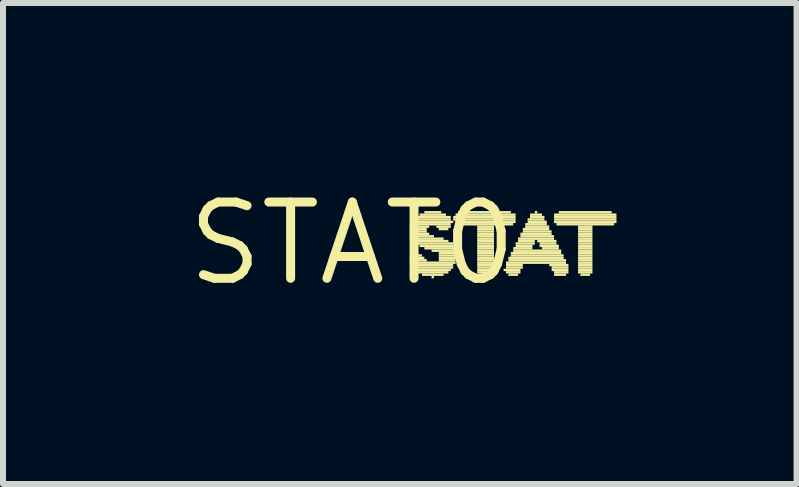
<source format=kicad_pcb>
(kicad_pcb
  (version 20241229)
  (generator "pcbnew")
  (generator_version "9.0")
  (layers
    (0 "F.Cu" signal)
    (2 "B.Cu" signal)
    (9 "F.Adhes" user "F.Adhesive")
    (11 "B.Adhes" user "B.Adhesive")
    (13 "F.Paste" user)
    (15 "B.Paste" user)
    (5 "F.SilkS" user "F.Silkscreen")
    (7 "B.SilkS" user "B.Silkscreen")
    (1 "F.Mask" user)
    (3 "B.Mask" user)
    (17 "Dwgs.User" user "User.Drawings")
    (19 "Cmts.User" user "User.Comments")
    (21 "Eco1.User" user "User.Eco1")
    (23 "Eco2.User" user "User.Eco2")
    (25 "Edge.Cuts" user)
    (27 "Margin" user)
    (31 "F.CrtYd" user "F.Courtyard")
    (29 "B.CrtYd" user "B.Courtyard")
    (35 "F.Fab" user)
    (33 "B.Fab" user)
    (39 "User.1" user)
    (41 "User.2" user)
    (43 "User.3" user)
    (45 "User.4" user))
  (footprint "STAT0"
    (layer "F.Cu")
    (at 2.819 1.006)
    (property "Reference" "STAT0" (at 0 0 0) (layer "F.SilkS") (effects (font (size 1.27 1.27) (thickness 0.15))))
    (attr through_hole)
    (fp_poly (pts (xy 0.96 -0.26) (xy 1.28 -0.26) (xy 1.28 -0.3) (xy 0.96 -0.3)) (stroke (width 0) (type solid)) (fill yes) (layer "F.SilkS"))
    (fp_poly (pts (xy 0.96 -0.22) (xy 1.24 -0.22) (xy 1.24 -0.26) (xy 0.96 -0.26)) (stroke (width 0) (type solid)) (fill yes) (layer "F.SilkS"))
    (fp_poly (pts (xy 0.96 -0.18) (xy 1.24 -0.18) (xy 1.24 -0.22) (xy 0.96 -0.22)) (stroke (width 0) (type solid)) (fill yes) (layer "F.SilkS"))
    (fp_poly (pts (xy 0.96 -0.14) (xy 1.28 -0.14) (xy 1.28 -0.18) (xy 0.96 -0.18)) (stroke (width 0) (type solid)) (fill yes) (layer "F.SilkS"))
    (fp_poly (pts (xy 0.96 -0.1) (xy 1.36 -0.1) (xy 1.36 -0.14) (xy 0.96 -0.14)) (stroke (width 0) (type solid)) (fill yes) (layer "F.SilkS"))
    (fp_poly (pts (xy 0.96 0.3) (xy 1.24 0.3) (xy 1.24 0.26) (xy 0.96 0.26)) (stroke (width 0) (type solid)) (fill yes) (layer "F.SilkS"))
    (fp_poly (pts (xy 0.96 0.34) (xy 1.72 0.34) (xy 1.72 0.3) (xy 0.96 0.3)) (stroke (width 0) (type solid)) (fill yes) (layer "F.SilkS"))
    (fp_poly (pts (xy 0.96 0.38) (xy 1.68 0.38) (xy 1.68 0.34) (xy 0.96 0.34)) (stroke (width 0) (type solid)) (fill yes) (layer "F.SilkS"))
    (fp_poly (pts (xy 1 -0.34) (xy 1.68 -0.34) (xy 1.68 -0.38) (xy 1 -0.38)) (stroke (width 0) (type solid)) (fill yes) (layer "F.SilkS"))
    (fp_poly (pts (xy 1 -0.3) (xy 1.64 -0.3) (xy 1.64 -0.34) (xy 1 -0.34)) (stroke (width 0) (type solid)) (fill yes) (layer "F.SilkS"))
    (fp_poly (pts (xy 1 -0.06) (xy 1.52 -0.06) (xy 1.52 -0.1) (xy 1 -0.1)) (stroke (width 0) (type solid)) (fill yes) (layer "F.SilkS"))
    (fp_poly (pts (xy 1 -0.02) (xy 1.6 -0.02) (xy 1.6 -0.06) (xy 1 -0.06)) (stroke (width 0) (type solid)) (fill yes) (layer "F.SilkS"))
    (fp_poly (pts (xy 1 0.26) (xy 1.2 0.26) (xy 1.2 0.22) (xy 1 0.22)) (stroke (width 0) (type solid)) (fill yes) (layer "F.SilkS"))
    (fp_poly (pts (xy 1 0.42) (xy 1.68 0.42) (xy 1.68 0.38) (xy 1 0.38)) (stroke (width 0) (type solid)) (fill yes) (layer "F.SilkS"))
    (fp_poly (pts (xy 1.04 -0.38) (xy 1.64 -0.38) (xy 1.64 -0.42) (xy 1.04 -0.42)) (stroke (width 0) (type solid)) (fill yes) (layer "F.SilkS"))
    (fp_poly (pts (xy 1.04 0.02) (xy 1.68 0.02) (xy 1.68 -0.02) (xy 1.04 -0.02)) (stroke (width 0) (type solid)) (fill yes) (layer "F.SilkS"))
    (fp_poly (pts (xy 1.04 0.22) (xy 1.16 0.22) (xy 1.16 0.18) (xy 1.04 0.18)) (stroke (width 0) (type solid)) (fill yes) (layer "F.SilkS"))
    (fp_poly (pts (xy 1.04 0.46) (xy 1.64 0.46) (xy 1.64 0.42) (xy 1.04 0.42)) (stroke (width 0) (type solid)) (fill yes) (layer "F.SilkS"))
    (fp_poly (pts (xy 1.08 -0.42) (xy 1.64 -0.42) (xy 1.64 -0.46) (xy 1.08 -0.46)) (stroke (width 0) (type solid)) (fill yes) (layer "F.SilkS"))
    (fp_poly (pts (xy 1.08 0.5) (xy 1.6 0.5) (xy 1.6 0.46) (xy 1.08 0.46)) (stroke (width 0) (type solid)) (fill yes) (layer "F.SilkS"))
    (fp_poly (pts (xy 1.12 -0.46) (xy 1.56 -0.46) (xy 1.56 -0.5) (xy 1.12 -0.5)) (stroke (width 0) (type solid)) (fill yes) (layer "F.SilkS"))
    (fp_poly (pts (xy 1.12 0.06) (xy 1.68 0.06) (xy 1.68 0.02) (xy 1.12 0.02)) (stroke (width 0) (type solid)) (fill yes) (layer "F.SilkS"))
    (fp_poly (pts (xy 1.16 0.54) (xy 1.52 0.54) (xy 1.52 0.5) (xy 1.16 0.5)) (stroke (width 0) (type solid)) (fill yes) (layer "F.SilkS"))
    (fp_poly (pts (xy 1.2 -0.5) (xy 1.48 -0.5) (xy 1.48 -0.54) (xy 1.2 -0.54)) (stroke (width 0) (type solid)) (fill yes) (layer "F.SilkS"))
    (fp_poly (pts (xy 1.2 0.1) (xy 1.72 0.1) (xy 1.72 0.06) (xy 1.2 0.06)) (stroke (width 0) (type solid)) (fill yes) (layer "F.SilkS"))
    (fp_poly (pts (xy 1.32 0.14) (xy 1.72 0.14) (xy 1.72 0.1) (xy 1.32 0.1)) (stroke (width 0) (type solid)) (fill yes) (layer "F.SilkS"))
    (fp_poly (pts (xy 1.32 0.58) (xy 1.36 0.58) (xy 1.36 0.54) (xy 1.32 0.54)) (stroke (width 0) (type solid)) (fill yes) (layer "F.SilkS"))
    (fp_poly (pts (xy 1.4 -0.26) (xy 1.64 -0.26) (xy 1.64 -0.3) (xy 1.4 -0.3)) (stroke (width 0) (type solid)) (fill yes) (layer "F.SilkS"))
    (fp_poly (pts (xy 1.44 -0.22) (xy 1.6 -0.22) (xy 1.6 -0.26) (xy 1.44 -0.26)) (stroke (width 0) (type solid)) (fill yes) (layer "F.SilkS"))
    (fp_poly (pts (xy 1.44 0.18) (xy 1.72 0.18) (xy 1.72 0.14) (xy 1.44 0.14)) (stroke (width 0) (type solid)) (fill yes) (layer "F.SilkS"))
    (fp_poly (pts (xy 1.44 0.22) (xy 1.72 0.22) (xy 1.72 0.18) (xy 1.44 0.18)) (stroke (width 0) (type solid)) (fill yes) (layer "F.SilkS"))
    (fp_poly (pts (xy 1.44 0.26) (xy 1.72 0.26) (xy 1.72 0.22) (xy 1.44 0.22)) (stroke (width 0) (type solid)) (fill yes) (layer "F.SilkS"))
    (fp_poly (pts (xy 1.44 0.3) (xy 1.72 0.3) (xy 1.72 0.26) (xy 1.44 0.26)) (stroke (width 0) (type solid)) (fill yes) (layer "F.SilkS"))
    (fp_poly (pts (xy 1.68 -0.42) (xy 2.72 -0.42) (xy 2.72 -0.46) (xy 1.68 -0.46)) (stroke (width 0) (type solid)) (fill yes) (layer "F.SilkS"))
    (fp_poly (pts (xy 1.68 -0.38) (xy 2.72 -0.38) (xy 2.72 -0.42) (xy 1.68 -0.42)) (stroke (width 0) (type solid)) (fill yes) (layer "F.SilkS"))
    (fp_poly (pts (xy 1.72 -0.46) (xy 2.72 -0.46) (xy 2.72 -0.5) (xy 1.72 -0.5)) (stroke (width 0) (type solid)) (fill yes) (layer "F.SilkS"))
    (fp_poly (pts (xy 1.72 -0.34) (xy 2.72 -0.34) (xy 2.72 -0.38) (xy 1.72 -0.38)) (stroke (width 0) (type solid)) (fill yes) (layer "F.SilkS"))
    (fp_poly (pts (xy 1.72 -0.3) (xy 2.68 -0.3) (xy 2.68 -0.34) (xy 1.72 -0.34)) (stroke (width 0) (type solid)) (fill yes) (layer "F.SilkS"))
    (fp_poly (pts (xy 1.76 -0.5) (xy 2.64 -0.5) (xy 2.64 -0.54) (xy 1.76 -0.54)) (stroke (width 0) (type solid)) (fill yes) (layer "F.SilkS"))
    (fp_poly (pts (xy 2.08 -0.26) (xy 2.36 -0.26) (xy 2.36 -0.3) (xy 2.08 -0.3)) (stroke (width 0) (type solid)) (fill yes) (layer "F.SilkS"))
    (fp_poly (pts (xy 2.08 -0.22) (xy 2.36 -0.22) (xy 2.36 -0.26) (xy 2.08 -0.26)) (stroke (width 0) (type solid)) (fill yes) (layer "F.SilkS"))
    (fp_poly (pts (xy 2.08 -0.18) (xy 2.36 -0.18) (xy 2.36 -0.22) (xy 2.08 -0.22)) (stroke (width 0) (type solid)) (fill yes) (layer "F.SilkS"))
    (fp_poly (pts (xy 2.08 -0.14) (xy 2.36 -0.14) (xy 2.36 -0.18) (xy 2.08 -0.18)) (stroke (width 0) (type solid)) (fill yes) (layer "F.SilkS"))
    (fp_poly (pts (xy 2.08 -0.1) (xy 2.36 -0.1) (xy 2.36 -0.14) (xy 2.08 -0.14)) (stroke (width 0) (type solid)) (fill yes) (layer "F.SilkS"))
    (fp_poly (pts (xy 2.08 -0.06) (xy 2.36 -0.06) (xy 2.36 -0.1) (xy 2.08 -0.1)) (stroke (width 0) (type solid)) (fill yes) (layer "F.SilkS"))
    (fp_poly (pts (xy 2.08 -0.02) (xy 2.36 -0.02) (xy 2.36 -0.06) (xy 2.08 -0.06)) (stroke (width 0) (type solid)) (fill yes) (layer "F.SilkS"))
    (fp_poly (pts (xy 2.08 0.02) (xy 2.36 0.02) (xy 2.36 -0.02) (xy 2.08 -0.02)) (stroke (width 0) (type solid)) (fill yes) (layer "F.SilkS"))
    (fp_poly (pts (xy 2.08 0.06) (xy 2.36 0.06) (xy 2.36 0.02) (xy 2.08 0.02)) (stroke (width 0) (type solid)) (fill yes) (layer "F.SilkS"))
    (fp_poly (pts (xy 2.08 0.1) (xy 2.36 0.1) (xy 2.36 0.06) (xy 2.08 0.06)) (stroke (width 0) (type solid)) (fill yes) (layer "F.SilkS"))
    (fp_poly (pts (xy 2.08 0.14) (xy 2.36 0.14) (xy 2.36 0.1) (xy 2.08 0.1)) (stroke (width 0) (type solid)) (fill yes) (layer "F.SilkS"))
    (fp_poly (pts (xy 2.08 0.18) (xy 2.36 0.18) (xy 2.36 0.14) (xy 2.08 0.14)) (stroke (width 0) (type solid)) (fill yes) (layer "F.SilkS"))
    (fp_poly (pts (xy 2.08 0.22) (xy 2.36 0.22) (xy 2.36 0.18) (xy 2.08 0.18)) (stroke (width 0) (type solid)) (fill yes) (layer "F.SilkS"))
    (fp_poly (pts (xy 2.08 0.26) (xy 2.36 0.26) (xy 2.36 0.22) (xy 2.08 0.22)) (stroke (width 0) (type solid)) (fill yes) (layer "F.SilkS"))
    (fp_poly (pts (xy 2.08 0.3) (xy 2.36 0.3) (xy 2.36 0.26) (xy 2.08 0.26)) (stroke (width 0) (type solid)) (fill yes) (layer "F.SilkS"))
    (fp_poly (pts (xy 2.08 0.34) (xy 2.36 0.34) (xy 2.36 0.3) (xy 2.08 0.3)) (stroke (width 0) (type solid)) (fill yes) (layer "F.SilkS"))
    (fp_poly (pts (xy 2.08 0.38) (xy 2.36 0.38) (xy 2.36 0.34) (xy 2.08 0.34)) (stroke (width 0) (type solid)) (fill yes) (layer "F.SilkS"))
    (fp_poly (pts (xy 2.08 0.42) (xy 2.36 0.42) (xy 2.36 0.38) (xy 2.08 0.38)) (stroke (width 0) (type solid)) (fill yes) (layer "F.SilkS"))
    (fp_poly (pts (xy 2.08 0.46) (xy 2.32 0.46) (xy 2.32 0.42) (xy 2.08 0.42)) (stroke (width 0) (type solid)) (fill yes) (layer "F.SilkS"))
    (fp_poly (pts (xy 2.08 0.5) (xy 2.32 0.5) (xy 2.32 0.46) (xy 2.08 0.46)) (stroke (width 0) (type solid)) (fill yes) (layer "F.SilkS"))
    (fp_poly (pts (xy 2.12 0.54) (xy 2.32 0.54) (xy 2.32 0.5) (xy 2.12 0.5)) (stroke (width 0) (type solid)) (fill yes) (layer "F.SilkS"))
    (fp_poly (pts (xy 2.52 0.46) (xy 2.8 0.46) (xy 2.8 0.42) (xy 2.52 0.42)) (stroke (width 0) (type solid)) (fill yes) (layer "F.SilkS"))
    (fp_poly (pts (xy 2.56 0.34) (xy 3.56 0.34) (xy 3.56 0.3) (xy 2.56 0.3)) (stroke (width 0) (type solid)) (fill yes) (layer "F.SilkS"))
    (fp_poly (pts (xy 2.56 0.38) (xy 2.84 0.38) (xy 2.84 0.34) (xy 2.56 0.34)) (stroke (width 0) (type solid)) (fill yes) (layer "F.SilkS"))
    (fp_poly (pts (xy 2.56 0.42) (xy 2.84 0.42) (xy 2.84 0.38) (xy 2.56 0.38)) (stroke (width 0) (type solid)) (fill yes) (layer "F.SilkS"))
    (fp_poly (pts (xy 2.56 0.5) (xy 2.8 0.5) (xy 2.8 0.46) (xy 2.56 0.46)) (stroke (width 0) (type solid)) (fill yes) (layer "F.SilkS"))
    (fp_poly (pts (xy 2.6 0.26) (xy 3.52 0.26) (xy 3.52 0.22) (xy 2.6 0.22)) (stroke (width 0) (type solid)) (fill yes) (layer "F.SilkS"))
    (fp_poly (pts (xy 2.6 0.3) (xy 3.56 0.3) (xy 3.56 0.26) (xy 2.6 0.26)) (stroke (width 0) (type solid)) (fill yes) (layer "F.SilkS"))
    (fp_poly (pts (xy 2.6 0.54) (xy 2.76 0.54) (xy 2.76 0.5) (xy 2.6 0.5)) (stroke (width 0) (type solid)) (fill yes) (layer "F.SilkS"))
    (fp_poly (pts (xy 2.64 0.18) (xy 3.48 0.18) (xy 3.48 0.14) (xy 2.64 0.14)) (stroke (width 0) (type solid)) (fill yes) (layer "F.SilkS"))
    (fp_poly (pts (xy 2.64 0.22) (xy 3.52 0.22) (xy 3.52 0.18) (xy 2.64 0.18)) (stroke (width 0) (type solid)) (fill yes) (layer "F.SilkS"))
    (fp_poly (pts (xy 2.68 0.1) (xy 3 0.1) (xy 3 0.06) (xy 2.68 0.06)) (stroke (width 0) (type solid)) (fill yes) (layer "F.SilkS"))
    (fp_poly (pts (xy 2.68 0.14) (xy 3.48 0.14) (xy 3.48 0.1) (xy 2.68 0.1)) (stroke (width 0) (type solid)) (fill yes) (layer "F.SilkS"))
    (fp_poly (pts (xy 2.72 0.02) (xy 3.04 0.02) (xy 3.04 -0.02) (xy 2.72 -0.02)) (stroke (width 0) (type solid)) (fill yes) (layer "F.SilkS"))
    (fp_poly (pts (xy 2.72 0.06) (xy 3 0.06) (xy 3 0.02) (xy 2.72 0.02)) (stroke (width 0) (type solid)) (fill yes) (layer "F.SilkS"))
    (fp_poly (pts (xy 2.76 -0.06) (xy 3.36 -0.06) (xy 3.36 -0.1) (xy 2.76 -0.1)) (stroke (width 0) (type solid)) (fill yes) (layer "F.SilkS"))
    (fp_poly (pts (xy 2.76 -0.02) (xy 3.04 -0.02) (xy 3.04 -0.06) (xy 2.76 -0.06)) (stroke (width 0) (type solid)) (fill yes) (layer "F.SilkS"))
    (fp_poly (pts (xy 2.8 -0.14) (xy 3.32 -0.14) (xy 3.32 -0.18) (xy 2.8 -0.18)) (stroke (width 0) (type solid)) (fill yes) (layer "F.SilkS"))
    (fp_poly (pts (xy 2.8 -0.1) (xy 3.36 -0.1) (xy 3.36 -0.14) (xy 2.8 -0.14)) (stroke (width 0) (type solid)) (fill yes) (layer "F.SilkS"))
    (fp_poly (pts (xy 2.84 -0.22) (xy 3.28 -0.22) (xy 3.28 -0.26) (xy 2.84 -0.26)) (stroke (width 0) (type solid)) (fill yes) (layer "F.SilkS"))
    (fp_poly (pts (xy 2.84 -0.18) (xy 3.32 -0.18) (xy 3.32 -0.22) (xy 2.84 -0.22)) (stroke (width 0) (type solid)) (fill yes) (layer "F.SilkS"))
    (fp_poly (pts (xy 2.88 -0.3) (xy 3.24 -0.3) (xy 3.24 -0.34) (xy 2.88 -0.34)) (stroke (width 0) (type solid)) (fill yes) (layer "F.SilkS"))
    (fp_poly (pts (xy 2.88 -0.26) (xy 3.28 -0.26) (xy 3.28 -0.3) (xy 2.88 -0.3)) (stroke (width 0) (type solid)) (fill yes) (layer "F.SilkS"))
    (fp_poly (pts (xy 2.92 -0.38) (xy 3.2 -0.38) (xy 3.2 -0.42) (xy 2.92 -0.42)) (stroke (width 0) (type solid)) (fill yes) (layer "F.SilkS"))
    (fp_poly (pts (xy 2.92 -0.34) (xy 3.24 -0.34) (xy 3.24 -0.38) (xy 2.92 -0.38)) (stroke (width 0) (type solid)) (fill yes) (layer "F.SilkS"))
    (fp_poly (pts (xy 2.96 -0.46) (xy 3.16 -0.46) (xy 3.16 -0.5) (xy 2.96 -0.5)) (stroke (width 0) (type solid)) (fill yes) (layer "F.SilkS"))
    (fp_poly (pts (xy 2.96 -0.42) (xy 3.2 -0.42) (xy 3.2 -0.46) (xy 2.96 -0.46)) (stroke (width 0) (type solid)) (fill yes) (layer "F.SilkS"))
    (fp_poly (pts (xy 3.04 -0.5) (xy 3.08 -0.5) (xy 3.08 -0.54) (xy 3.04 -0.54)) (stroke (width 0) (type solid)) (fill yes) (layer "F.SilkS"))
    (fp_poly (pts (xy 3.08 -0.02) (xy 3.4 -0.02) (xy 3.4 -0.06) (xy 3.08 -0.06)) (stroke (width 0) (type solid)) (fill yes) (layer "F.SilkS"))
    (fp_poly (pts (xy 3.12 0.02) (xy 3.4 0.02) (xy 3.4 -0.02) (xy 3.12 -0.02)) (stroke (width 0) (type solid)) (fill yes) (layer "F.SilkS"))
    (fp_poly (pts (xy 3.12 0.06) (xy 3.44 0.06) (xy 3.44 0.02) (xy 3.12 0.02)) (stroke (width 0) (type solid)) (fill yes) (layer "F.SilkS"))
    (fp_poly (pts (xy 3.16 0.1) (xy 3.44 0.1) (xy 3.44 0.06) (xy 3.16 0.06)) (stroke (width 0) (type solid)) (fill yes) (layer "F.SilkS"))
    (fp_poly (pts (xy 3.28 0.38) (xy 3.6 0.38) (xy 3.6 0.34) (xy 3.28 0.34)) (stroke (width 0) (type solid)) (fill yes) (layer "F.SilkS"))
    (fp_poly (pts (xy 3.32 0.42) (xy 3.6 0.42) (xy 3.6 0.38) (xy 3.32 0.38)) (stroke (width 0) (type solid)) (fill yes) (layer "F.SilkS"))
    (fp_poly (pts (xy 3.32 0.46) (xy 3.6 0.46) (xy 3.6 0.42) (xy 3.32 0.42)) (stroke (width 0) (type solid)) (fill yes) (layer "F.SilkS"))
    (fp_poly (pts (xy 3.36 -0.46) (xy 4.4 -0.46) (xy 4.4 -0.5) (xy 3.36 -0.5)) (stroke (width 0) (type solid)) (fill yes) (layer "F.SilkS"))
    (fp_poly (pts (xy 3.36 -0.42) (xy 4.4 -0.42) (xy 4.4 -0.46) (xy 3.36 -0.46)) (stroke (width 0) (type solid)) (fill yes) (layer "F.SilkS"))
    (fp_poly (pts (xy 3.36 -0.38) (xy 4.4 -0.38) (xy 4.4 -0.42) (xy 3.36 -0.42)) (stroke (width 0) (type solid)) (fill yes) (layer "F.SilkS"))
    (fp_poly (pts (xy 3.36 -0.34) (xy 4.4 -0.34) (xy 4.4 -0.38) (xy 3.36 -0.38)) (stroke (width 0) (type solid)) (fill yes) (layer "F.SilkS"))
    (fp_poly (pts (xy 3.36 0.5) (xy 3.6 0.5) (xy 3.6 0.46) (xy 3.36 0.46)) (stroke (width 0) (type solid)) (fill yes) (layer "F.SilkS"))
    (fp_poly (pts (xy 3.36 0.54) (xy 3.56 0.54) (xy 3.56 0.5) (xy 3.36 0.5)) (stroke (width 0) (type solid)) (fill yes) (layer "F.SilkS"))
    (fp_poly (pts (xy 3.4 -0.3) (xy 4.36 -0.3) (xy 4.36 -0.34) (xy 3.4 -0.34)) (stroke (width 0) (type solid)) (fill yes) (layer "F.SilkS"))
    (fp_poly (pts (xy 3.44 -0.5) (xy 4.32 -0.5) (xy 4.32 -0.54) (xy 3.44 -0.54)) (stroke (width 0) (type solid)) (fill yes) (layer "F.SilkS"))
    (fp_poly (pts (xy 3.76 -0.26) (xy 4 -0.26) (xy 4 -0.3) (xy 3.76 -0.3)) (stroke (width 0) (type solid)) (fill yes) (layer "F.SilkS"))
    (fp_poly (pts (xy 3.76 -0.22) (xy 4 -0.22) (xy 4 -0.26) (xy 3.76 -0.26)) (stroke (width 0) (type solid)) (fill yes) (layer "F.SilkS"))
    (fp_poly (pts (xy 3.76 -0.18) (xy 4 -0.18) (xy 4 -0.22) (xy 3.76 -0.22)) (stroke (width 0) (type solid)) (fill yes) (layer "F.SilkS"))
    (fp_poly (pts (xy 3.76 -0.14) (xy 4 -0.14) (xy 4 -0.18) (xy 3.76 -0.18)) (stroke (width 0) (type solid)) (fill yes) (layer "F.SilkS"))
    (fp_poly (pts (xy 3.76 -0.1) (xy 4 -0.1) (xy 4 -0.14) (xy 3.76 -0.14)) (stroke (width 0) (type solid)) (fill yes) (layer "F.SilkS"))
    (fp_poly (pts (xy 3.76 -0.06) (xy 4 -0.06) (xy 4 -0.1) (xy 3.76 -0.1)) (stroke (width 0) (type solid)) (fill yes) (layer "F.SilkS"))
    (fp_poly (pts (xy 3.76 -0.02) (xy 4 -0.02) (xy 4 -0.06) (xy 3.76 -0.06)) (stroke (width 0) (type solid)) (fill yes) (layer "F.SilkS"))
    (fp_poly (pts (xy 3.76 0.02) (xy 4 0.02) (xy 4 -0.02) (xy 3.76 -0.02)) (stroke (width 0) (type solid)) (fill yes) (layer "F.SilkS"))
    (fp_poly (pts (xy 3.76 0.06) (xy 4 0.06) (xy 4 0.02) (xy 3.76 0.02)) (stroke (width 0) (type solid)) (fill yes) (layer "F.SilkS"))
    (fp_poly (pts (xy 3.76 0.1) (xy 4 0.1) (xy 4 0.06) (xy 3.76 0.06)) (stroke (width 0) (type solid)) (fill yes) (layer "F.SilkS"))
    (fp_poly (pts (xy 3.76 0.14) (xy 4 0.14) (xy 4 0.1) (xy 3.76 0.1)) (stroke (width 0) (type solid)) (fill yes) (layer "F.SilkS"))
    (fp_poly (pts (xy 3.76 0.18) (xy 4 0.18) (xy 4 0.14) (xy 3.76 0.14)) (stroke (width 0) (type solid)) (fill yes) (layer "F.SilkS"))
    (fp_poly (pts (xy 3.76 0.22) (xy 4 0.22) (xy 4 0.18) (xy 3.76 0.18)) (stroke (width 0) (type solid)) (fill yes) (layer "F.SilkS"))
    (fp_poly (pts (xy 3.76 0.26) (xy 4 0.26) (xy 4 0.22) (xy 3.76 0.22)) (stroke (width 0) (type solid)) (fill yes) (layer "F.SilkS"))
    (fp_poly (pts (xy 3.76 0.3) (xy 4 0.3) (xy 4 0.26) (xy 3.76 0.26)) (stroke (width 0) (type solid)) (fill yes) (layer "F.SilkS"))
    (fp_poly (pts (xy 3.76 0.34) (xy 4 0.34) (xy 4 0.3) (xy 3.76 0.3)) (stroke (width 0) (type solid)) (fill yes) (layer "F.SilkS"))
    (fp_poly (pts (xy 3.76 0.38) (xy 4 0.38) (xy 4 0.34) (xy 3.76 0.34)) (stroke (width 0) (type solid)) (fill yes) (layer "F.SilkS"))
    (fp_poly (pts (xy 3.76 0.42) (xy 4 0.42) (xy 4 0.38) (xy 3.76 0.38)) (stroke (width 0) (type solid)) (fill yes) (layer "F.SilkS"))
    (fp_poly (pts (xy 3.76 0.46) (xy 4 0.46) (xy 4 0.42) (xy 3.76 0.42)) (stroke (width 0) (type solid)) (fill yes) (layer "F.SilkS"))
    (fp_poly (pts (xy 3.76 0.5) (xy 4 0.5) (xy 4 0.46) (xy 3.76 0.46)) (stroke (width 0) (type solid)) (fill yes) (layer "F.SilkS"))
    (fp_poly (pts (xy 3.8 0.54) (xy 3.96 0.54) (xy 3.96 0.5) (xy 3.8 0.5)) (stroke (width 0) (type solid)) (fill yes) (layer "F.SilkS")))
  (gr_rect
    (start -3 -3)
    (end 10.219 5.012)
    (stroke (width 0.1) (type default))
    (fill no)
    (layer "Edge.Cuts")))
</source>
